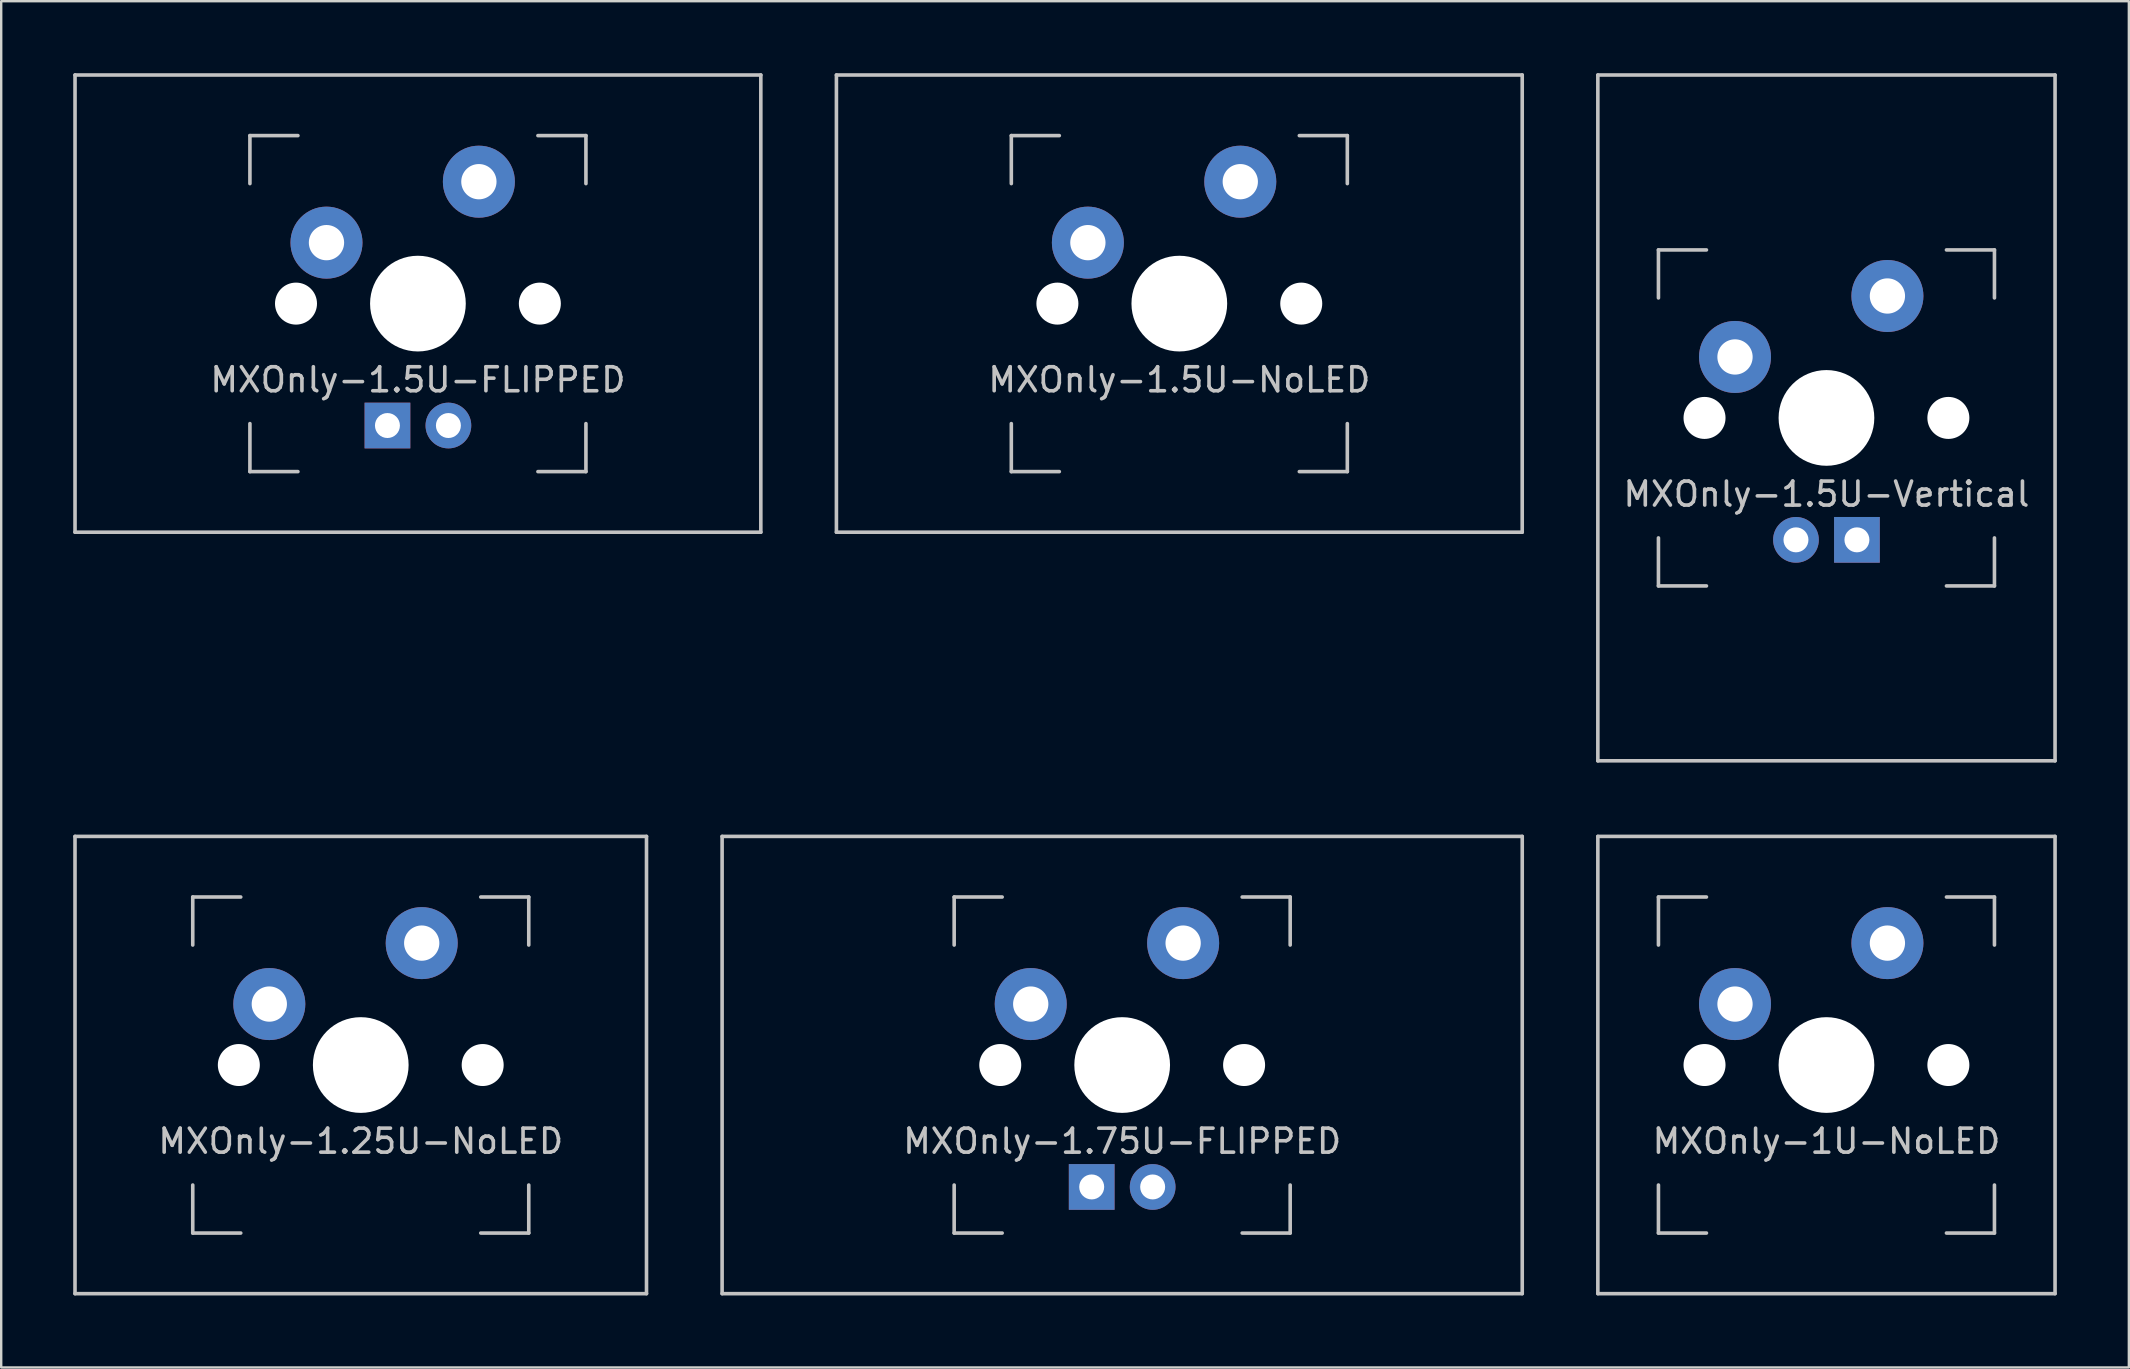
<source format=kicad_pcb>
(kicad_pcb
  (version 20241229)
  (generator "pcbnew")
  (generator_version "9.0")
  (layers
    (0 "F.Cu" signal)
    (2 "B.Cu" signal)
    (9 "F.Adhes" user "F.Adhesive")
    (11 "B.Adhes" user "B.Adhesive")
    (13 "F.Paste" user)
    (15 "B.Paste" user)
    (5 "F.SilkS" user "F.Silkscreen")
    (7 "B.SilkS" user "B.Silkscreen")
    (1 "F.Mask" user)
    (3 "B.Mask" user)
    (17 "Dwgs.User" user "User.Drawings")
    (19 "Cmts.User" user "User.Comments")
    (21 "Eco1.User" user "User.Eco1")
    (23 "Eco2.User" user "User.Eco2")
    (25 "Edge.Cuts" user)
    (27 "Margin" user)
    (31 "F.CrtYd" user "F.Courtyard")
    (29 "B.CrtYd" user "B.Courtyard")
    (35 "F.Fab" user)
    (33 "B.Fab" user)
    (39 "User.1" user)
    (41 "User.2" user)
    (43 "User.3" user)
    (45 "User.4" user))
  (footprint "MXOnly-1U-NoLED"
    (layer "F.Cu")
    (at 73.05 41.325)
    (property "Reference" "MXOnly-1U-NoLED" (at 0 3.175 0) (layer "Dwgs.User") (effects (font (size 1 1) (thickness 0.15))))
    (attr through_hole)
    (fp_line (start -9.525 -9.525) (end 9.525 -9.525) (stroke (width 0.15) (type solid)) (layer "Dwgs.User"))
    (fp_line (start -9.525 9.525) (end -9.525 -9.525) (stroke (width 0.15) (type solid)) (layer "Dwgs.User"))
    (fp_line (start -7 -7) (end -7 -5) (stroke (width 0.15) (type solid)) (layer "Dwgs.User"))
    (fp_line (start -7 5) (end -7 7) (stroke (width 0.15) (type solid)) (layer "Dwgs.User"))
    (fp_line (start -7 7) (end -5 7) (stroke (width 0.15) (type solid)) (layer "Dwgs.User"))
    (fp_line (start -5 -7) (end -7 -7) (stroke (width 0.15) (type solid)) (layer "Dwgs.User"))
    (fp_line (start 5 -7) (end 7 -7) (stroke (width 0.15) (type solid)) (layer "Dwgs.User"))
    (fp_line (start 5 7) (end 7 7) (stroke (width 0.15) (type solid)) (layer "Dwgs.User"))
    (fp_line (start 7 -7) (end 7 -5) (stroke (width 0.15) (type solid)) (layer "Dwgs.User"))
    (fp_line (start 7 7) (end 7 5) (stroke (width 0.15) (type solid)) (layer "Dwgs.User"))
    (fp_line (start 9.525 -9.525) (end 9.525 9.525) (stroke (width 0.15) (type solid)) (layer "Dwgs.User"))
    (fp_line (start 9.525 9.525) (end -9.525 9.525) (stroke (width 0.15) (type solid)) (layer "Dwgs.User"))
    (pad "" np_thru_hole circle (at -5.08 0 48.1) (size 1.75 1.75) (drill 1.75) (layers "*.Cu" "*.Mask"))
    (pad "" np_thru_hole circle (at 0 0) (size 3.988 3.988) (drill 3.988) (layers "*.Cu" "*.Mask"))
    (pad "" np_thru_hole circle (at 5.08 0 48.1) (size 1.75 1.75) (drill 1.75) (layers "*.Cu" "*.Mask"))
    (pad "1" thru_hole circle (at -3.81 -2.54) (size 3 3) (drill 1.47) (layers "*.Cu" "*.Mask"))
    (pad "2" thru_hole circle (at 2.54 -5.08) (size 3 3) (drill 1.47) (layers "*.Cu" "*.Mask")))
  (footprint "MXOnly-1.5U-NoLED"
    (layer "F.Cu")
    (at 46.087 9.6)
    (property "Reference" "MXOnly-1.5U-NoLED" (at 0 3.175 0) (layer "Dwgs.User") (effects (font (size 1 1) (thickness 0.15))))
    (attr through_hole)
    (fp_line (start -14.287 -9.525) (end 14.287 -9.525) (stroke (width 0.15) (type solid)) (layer "Dwgs.User"))
    (fp_line (start -14.287 9.525) (end -14.287 -9.525) (stroke (width 0.15) (type solid)) (layer "Dwgs.User"))
    (fp_line (start -14.287 9.525) (end 14.287 9.525) (stroke (width 0.15) (type solid)) (layer "Dwgs.User"))
    (fp_line (start -7 -7) (end -7 -5) (stroke (width 0.15) (type solid)) (layer "Dwgs.User"))
    (fp_line (start -7 5) (end -7 7) (stroke (width 0.15) (type solid)) (layer "Dwgs.User"))
    (fp_line (start -7 7) (end -5 7) (stroke (width 0.15) (type solid)) (layer "Dwgs.User"))
    (fp_line (start -5 -7) (end -7 -7) (stroke (width 0.15) (type solid)) (layer "Dwgs.User"))
    (fp_line (start 5 -7) (end 7 -7) (stroke (width 0.15) (type solid)) (layer "Dwgs.User"))
    (fp_line (start 5 7) (end 7 7) (stroke (width 0.15) (type solid)) (layer "Dwgs.User"))
    (fp_line (start 7 -7) (end 7 -5) (stroke (width 0.15) (type solid)) (layer "Dwgs.User"))
    (fp_line (start 7 7) (end 7 5) (stroke (width 0.15) (type solid)) (layer "Dwgs.User"))
    (fp_line (start 14.287 -9.525) (end 14.287 9.525) (stroke (width 0.15) (type solid)) (layer "Dwgs.User"))
    (pad "" np_thru_hole circle (at -5.08 0 48.1) (size 1.75 1.75) (drill 1.75) (layers "*.Cu" "*.Mask"))
    (pad "" np_thru_hole circle (at 0 0) (size 3.988 3.988) (drill 3.988) (layers "*.Cu" "*.Mask"))
    (pad "" np_thru_hole circle (at 5.08 0 48.1) (size 1.75 1.75) (drill 1.75) (layers "*.Cu" "*.Mask"))
    (pad "1" thru_hole circle (at -3.81 -2.54) (size 3 3) (drill 1.47) (layers "*.Cu" "*.Mask"))
    (pad "2" thru_hole circle (at 2.54 -5.08) (size 3 3) (drill 1.47) (layers "*.Cu" "*.Mask")))
  (footprint "MXOnly-1.5U-FLIPPED"
    (layer "F.Cu")
    (at 14.363 9.6)
    (property "Reference" "MXOnly-1.5U-FLIPPED" (at 0 3.175 0) (layer "Dwgs.User") (effects (font (size 1 1) (thickness 0.15))))
    (attr through_hole)
    (fp_line (start -14.287 -9.525) (end 14.287 -9.525) (stroke (width 0.15) (type solid)) (layer "Dwgs.User"))
    (fp_line (start -14.287 9.525) (end -14.287 -9.525) (stroke (width 0.15) (type solid)) (layer "Dwgs.User"))
    (fp_line (start -14.287 9.525) (end 14.287 9.525) (stroke (width 0.15) (type solid)) (layer "Dwgs.User"))
    (fp_line (start -7 -7) (end -7 -5) (stroke (width 0.15) (type solid)) (layer "Dwgs.User"))
    (fp_line (start -7 5) (end -7 7) (stroke (width 0.15) (type solid)) (layer "Dwgs.User"))
    (fp_line (start -7 7) (end -5 7) (stroke (width 0.15) (type solid)) (layer "Dwgs.User"))
    (fp_line (start -5 -7) (end -7 -7) (stroke (width 0.15) (type solid)) (layer "Dwgs.User"))
    (fp_line (start 5 -7) (end 7 -7) (stroke (width 0.15) (type solid)) (layer "Dwgs.User"))
    (fp_line (start 5 7) (end 7 7) (stroke (width 0.15) (type solid)) (layer "Dwgs.User"))
    (fp_line (start 7 -7) (end 7 -5) (stroke (width 0.15) (type solid)) (layer "Dwgs.User"))
    (fp_line (start 7 7) (end 7 5) (stroke (width 0.15) (type solid)) (layer "Dwgs.User"))
    (fp_line (start 14.287 -9.525) (end 14.287 9.525) (stroke (width 0.15) (type solid)) (layer "Dwgs.User"))
    (pad "" np_thru_hole circle (at -5.08 0 48.1) (size 1.75 1.75) (drill 1.75) (layers "*.Cu" "*.Mask"))
    (pad "" np_thru_hole circle (at 0 0) (size 3.988 3.988) (drill 3.988) (layers "*.Cu" "*.Mask"))
    (pad "" np_thru_hole circle (at 5.08 0 48.1) (size 1.75 1.75) (drill 1.75) (layers "*.Cu" "*.Mask"))
    (pad "1" thru_hole circle (at -3.81 -2.54) (size 3 3) (drill 1.47) (layers "*.Cu" "*.Mask"))
    (pad "2" thru_hole circle (at 2.54 -5.08) (size 3 3) (drill 1.47) (layers "*.Cu" "*.Mask"))
    (pad "3" thru_hole circle (at 1.27 5.08) (size 1.905 1.905) (drill 1.04) (layers "*.Cu" "*.Mask"))
    (pad "4" thru_hole rect (at -1.27 5.08) (size 1.905 1.905) (drill 1.04) (layers "*.Cu" "*.Mask")))
  (footprint "MXOnly-1.75U-FLIPPED"
    (layer "F.Cu")
    (at 43.706 41.325)
    (property "Reference" "MXOnly-1.75U-FLIPPED" (at 0 3.175 0) (layer "Dwgs.User") (effects (font (size 1 1) (thickness 0.15))))
    (attr through_hole)
    (fp_line (start -16.669 -9.525) (end 16.669 -9.525) (stroke (width 0.15) (type solid)) (layer "Dwgs.User"))
    (fp_line (start -16.669 9.525) (end -16.669 -9.525) (stroke (width 0.15) (type solid)) (layer "Dwgs.User"))
    (fp_line (start -16.669 9.525) (end 16.669 9.525) (stroke (width 0.15) (type solid)) (layer "Dwgs.User"))
    (fp_line (start -7 -7) (end -7 -5) (stroke (width 0.15) (type solid)) (layer "Dwgs.User"))
    (fp_line (start -7 5) (end -7 7) (stroke (width 0.15) (type solid)) (layer "Dwgs.User"))
    (fp_line (start -7 7) (end -5 7) (stroke (width 0.15) (type solid)) (layer "Dwgs.User"))
    (fp_line (start -5 -7) (end -7 -7) (stroke (width 0.15) (type solid)) (layer "Dwgs.User"))
    (fp_line (start 5 -7) (end 7 -7) (stroke (width 0.15) (type solid)) (layer "Dwgs.User"))
    (fp_line (start 5 7) (end 7 7) (stroke (width 0.15) (type solid)) (layer "Dwgs.User"))
    (fp_line (start 7 -7) (end 7 -5) (stroke (width 0.15) (type solid)) (layer "Dwgs.User"))
    (fp_line (start 7 7) (end 7 5) (stroke (width 0.15) (type solid)) (layer "Dwgs.User"))
    (fp_line (start 16.669 -9.525) (end 16.669 9.525) (stroke (width 0.15) (type solid)) (layer "Dwgs.User"))
    (pad "" np_thru_hole circle (at -5.08 0 48.1) (size 1.75 1.75) (drill 1.75) (layers "*.Cu" "*.Mask"))
    (pad "" np_thru_hole circle (at 0 0) (size 3.988 3.988) (drill 3.988) (layers "*.Cu" "*.Mask"))
    (pad "" np_thru_hole circle (at 5.08 0 48.1) (size 1.75 1.75) (drill 1.75) (layers "*.Cu" "*.Mask"))
    (pad "1" thru_hole circle (at -3.81 -2.54) (size 3 3) (drill 1.47) (layers "*.Cu" "*.Mask"))
    (pad "2" thru_hole circle (at 2.54 -5.08) (size 3 3) (drill 1.47) (layers "*.Cu" "*.Mask"))
    (pad "3" thru_hole circle (at 1.27 5.08) (size 1.905 1.905) (drill 1.04) (layers "*.Cu" "*.Mask"))
    (pad "4" thru_hole rect (at -1.27 5.08) (size 1.905 1.905) (drill 1.04) (layers "*.Cu" "*.Mask")))
  (footprint "MXOnly-1.25U-NoLED"
    (layer "F.Cu")
    (at 11.981 41.325)
    (property "Reference" "MXOnly-1.25U-NoLED" (at 0 3.175 0) (layer "Dwgs.User") (effects (font (size 1 1) (thickness 0.15))))
    (attr through_hole)
    (fp_line (start -11.906 -9.525) (end 11.906 -9.525) (stroke (width 0.15) (type solid)) (layer "Dwgs.User"))
    (fp_line (start -11.906 9.525) (end -11.906 -9.525) (stroke (width 0.15) (type solid)) (layer "Dwgs.User"))
    (fp_line (start -11.906 9.525) (end 11.906 9.525) (stroke (width 0.15) (type solid)) (layer "Dwgs.User"))
    (fp_line (start -7 -7) (end -7 -5) (stroke (width 0.15) (type solid)) (layer "Dwgs.User"))
    (fp_line (start -7 5) (end -7 7) (stroke (width 0.15) (type solid)) (layer "Dwgs.User"))
    (fp_line (start -7 7) (end -5 7) (stroke (width 0.15) (type solid)) (layer "Dwgs.User"))
    (fp_line (start -5 -7) (end -7 -7) (stroke (width 0.15) (type solid)) (layer "Dwgs.User"))
    (fp_line (start 5 -7) (end 7 -7) (stroke (width 0.15) (type solid)) (layer "Dwgs.User"))
    (fp_line (start 5 7) (end 7 7) (stroke (width 0.15) (type solid)) (layer "Dwgs.User"))
    (fp_line (start 7 -7) (end 7 -5) (stroke (width 0.15) (type solid)) (layer "Dwgs.User"))
    (fp_line (start 7 7) (end 7 5) (stroke (width 0.15) (type solid)) (layer "Dwgs.User"))
    (fp_line (start 11.906 -9.525) (end 11.906 9.525) (stroke (width 0.15) (type solid)) (layer "Dwgs.User"))
    (pad "" np_thru_hole circle (at -5.08 0 48.1) (size 1.75 1.75) (drill 1.75) (layers "*.Cu" "*.Mask"))
    (pad "" np_thru_hole circle (at 0 0) (size 3.988 3.988) (drill 3.988) (layers "*.Cu" "*.Mask"))
    (pad "" np_thru_hole circle (at 5.08 0 48.1) (size 1.75 1.75) (drill 1.75) (layers "*.Cu" "*.Mask"))
    (pad "1" thru_hole circle (at -3.81 -2.54) (size 3 3) (drill 1.47) (layers "*.Cu" "*.Mask"))
    (pad "2" thru_hole circle (at 2.54 -5.08) (size 3 3) (drill 1.47) (layers "*.Cu" "*.Mask")))
  (footprint "MXOnly-1.5U-Vertical"
    (layer "F.Cu")
    (at 73.05 14.363)
    (property "Reference" "MXOnly-1.5U-Vertical" (at 0 3.175 0) (layer "Dwgs.User") (effects (font (size 1 1) (thickness 0.15))))
    (attr through_hole)
    (fp_line (start -9.525 -14.287) (end -9.525 14.287) (stroke (width 0.15) (type solid)) (layer "Dwgs.User"))
    (fp_line (start -7 -7) (end -7 -5) (stroke (width 0.15) (type solid)) (layer "Dwgs.User"))
    (fp_line (start -7 5) (end -7 7) (stroke (width 0.15) (type solid)) (layer "Dwgs.User"))
    (fp_line (start -7 7) (end -5 7) (stroke (width 0.15) (type solid)) (layer "Dwgs.User"))
    (fp_line (start -5 -7) (end -7 -7) (stroke (width 0.15) (type solid)) (layer "Dwgs.User"))
    (fp_line (start 5 -7) (end 7 -7) (stroke (width 0.15) (type solid)) (layer "Dwgs.User"))
    (fp_line (start 5 7) (end 7 7) (stroke (width 0.15) (type solid)) (layer "Dwgs.User"))
    (fp_line (start 7 -7) (end 7 -5) (stroke (width 0.15) (type solid)) (layer "Dwgs.User"))
    (fp_line (start 7 7) (end 7 5) (stroke (width 0.15) (type solid)) (layer "Dwgs.User"))
    (fp_line (start 9.525 -14.287) (end -9.525 -14.287) (stroke (width 0.15) (type solid)) (layer "Dwgs.User"))
    (fp_line (start 9.525 -14.287) (end 9.525 14.287) (stroke (width 0.15) (type solid)) (layer "Dwgs.User"))
    (fp_line (start 9.525 14.287) (end -9.525 14.287) (stroke (width 0.15) (type solid)) (layer "Dwgs.User"))
    (pad "" np_thru_hole circle (at -5.08 0 48.1) (size 1.75 1.75) (drill 1.75) (layers "*.Cu" "*.Mask"))
    (pad "" np_thru_hole circle (at 0 0) (size 3.988 3.988) (drill 3.988) (layers "*.Cu" "*.Mask"))
    (pad "" np_thru_hole circle (at 5.08 0 48.1) (size 1.75 1.75) (drill 1.75) (layers "*.Cu" "*.Mask"))
    (pad "1" thru_hole circle (at -3.81 -2.54) (size 3 3) (drill 1.47) (layers "*.Cu" "*.Mask"))
    (pad "2" thru_hole circle (at 2.54 -5.08) (size 3 3) (drill 1.47) (layers "*.Cu" "*.Mask"))
    (pad "3" thru_hole circle (at -1.27 5.08) (size 1.905 1.905) (drill 1.04) (layers "*.Cu" "*.Mask"))
    (pad "4" thru_hole rect (at 1.27 5.08) (size 1.905 1.905) (drill 1.04) (layers "*.Cu" "*.Mask")))
  (gr_rect
    (start -3 -3)
    (end 85.65 53.925)
    (stroke (width 0.1) (type default))
    (fill no)
    (layer "Edge.Cuts")))
</source>
